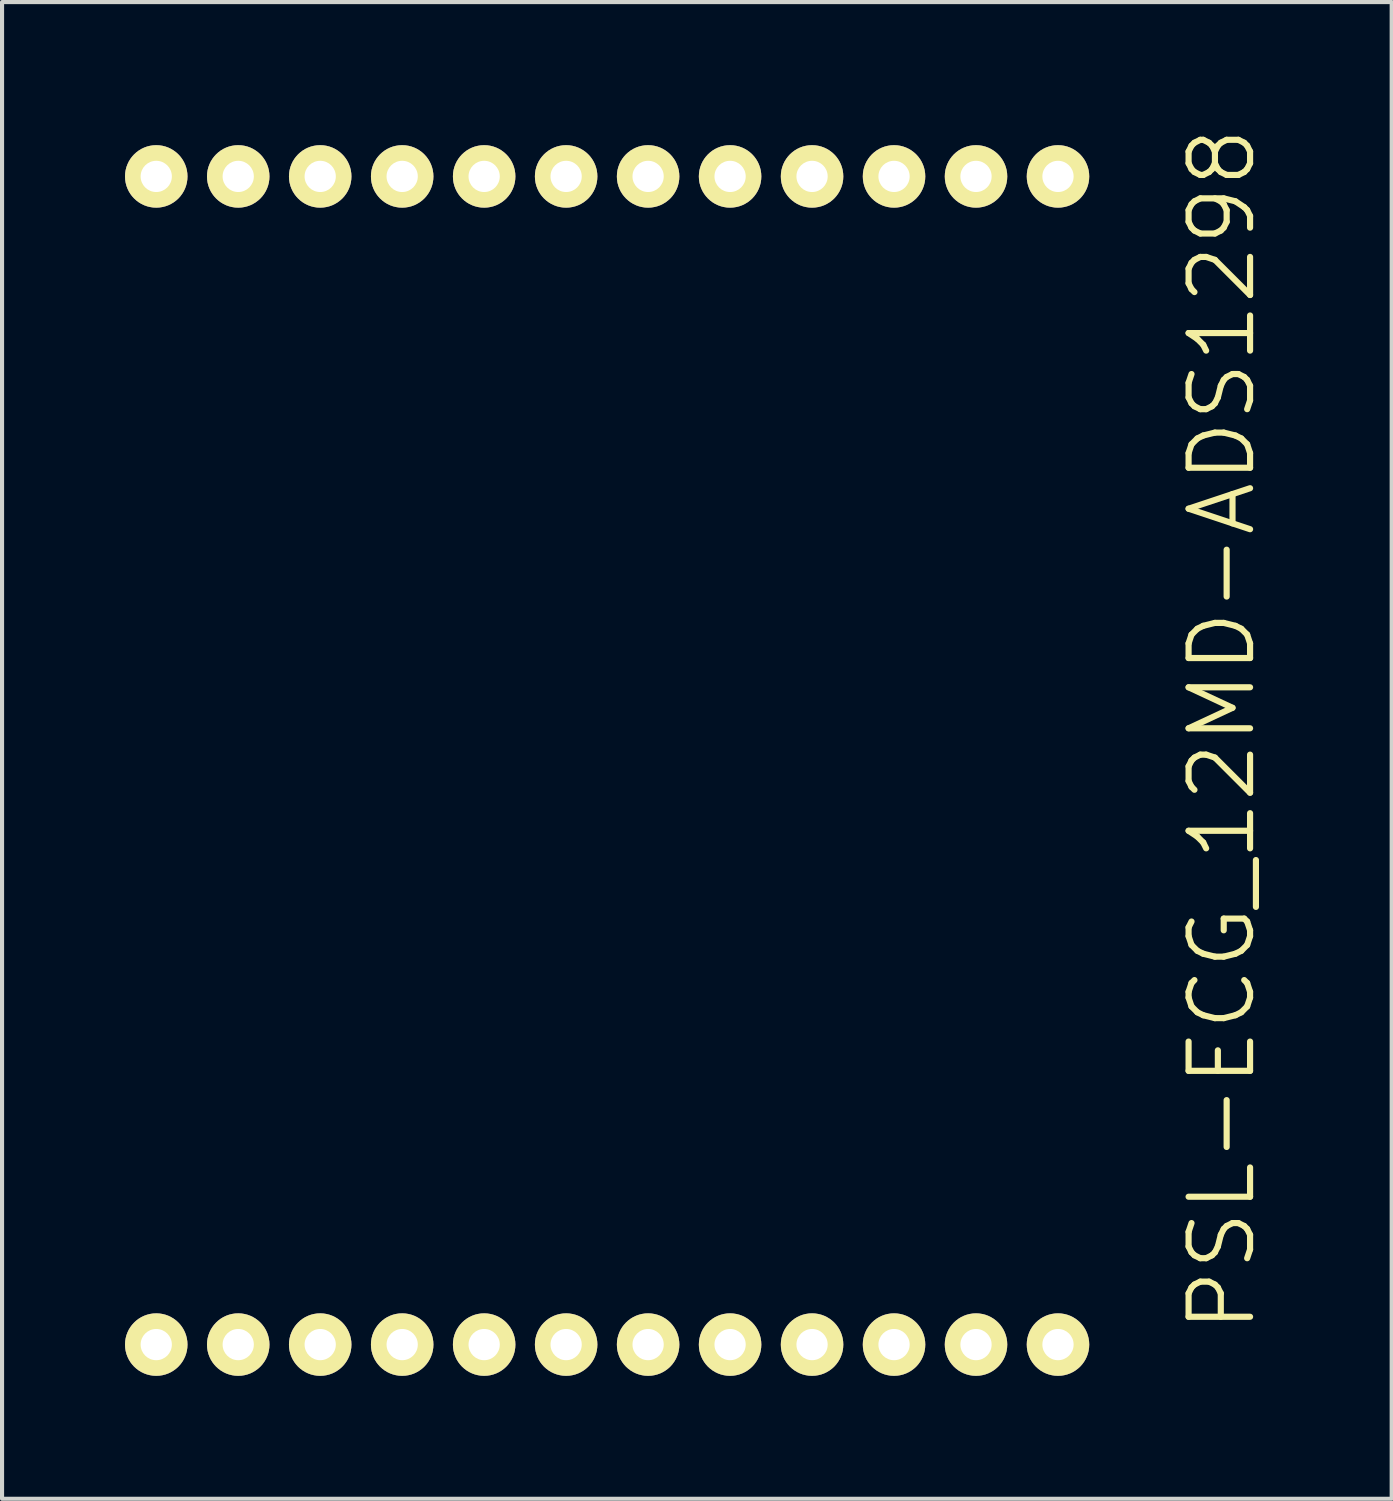
<source format=kicad_pcb>
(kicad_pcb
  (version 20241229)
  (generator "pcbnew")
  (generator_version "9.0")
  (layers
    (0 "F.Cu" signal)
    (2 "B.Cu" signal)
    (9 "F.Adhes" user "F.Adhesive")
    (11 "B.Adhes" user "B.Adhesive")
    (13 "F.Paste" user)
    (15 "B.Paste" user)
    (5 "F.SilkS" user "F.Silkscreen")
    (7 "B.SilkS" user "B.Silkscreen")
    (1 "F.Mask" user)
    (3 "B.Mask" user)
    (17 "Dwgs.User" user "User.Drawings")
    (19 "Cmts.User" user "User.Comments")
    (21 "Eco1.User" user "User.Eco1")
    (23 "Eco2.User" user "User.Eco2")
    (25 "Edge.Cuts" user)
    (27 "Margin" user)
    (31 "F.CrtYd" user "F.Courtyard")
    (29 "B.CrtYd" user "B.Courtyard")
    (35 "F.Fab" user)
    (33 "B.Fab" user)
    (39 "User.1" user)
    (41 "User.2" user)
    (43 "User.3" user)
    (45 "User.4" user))
  (footprint "PSL-ECG_12MD-ADS1298"
    (layer "F.Cu")
    (at 11.762 14.754)
    (property "Reference" "PSL-ECG_12MD-ADS1298" (at 15 0 90) (layer "F.SilkS") (effects (font (size 1.5 1.5) (thickness 0.15))))
    (attr through_hole)
    (pad "1" thru_hole circle (at -11 15) (size 1.524 1.524) (drill 0.762) (layers "*.Cu" "*.Mask" "F.SilkS"))
    (pad "2" thru_hole circle (at -9 15) (size 1.524 1.524) (drill 0.762) (layers "*.Cu" "*.Mask" "F.SilkS"))
    (pad "3" thru_hole circle (at -7 15) (size 1.524 1.524) (drill 0.762) (layers "*.Cu" "*.Mask" "F.SilkS"))
    (pad "4" thru_hole circle (at -5 15) (size 1.524 1.524) (drill 0.762) (layers "*.Cu" "*.Mask" "F.SilkS"))
    (pad "5" thru_hole circle (at -3 15) (size 1.524 1.524) (drill 0.762) (layers "*.Cu" "*.Mask" "F.SilkS"))
    (pad "6" thru_hole circle (at -1 15) (size 1.524 1.524) (drill 0.762) (layers "*.Cu" "*.Mask" "F.SilkS"))
    (pad "7" thru_hole circle (at 1 15) (size 1.524 1.524) (drill 0.762) (layers "*.Cu" "*.Mask" "F.SilkS"))
    (pad "8" thru_hole circle (at 3 15) (size 1.524 1.524) (drill 0.762) (layers "*.Cu" "*.Mask" "F.SilkS"))
    (pad "9" thru_hole circle (at 5 15) (size 1.524 1.524) (drill 0.762) (layers "*.Cu" "*.Mask" "F.SilkS"))
    (pad "10" thru_hole circle (at 7 15) (size 1.524 1.524) (drill 0.762) (layers "*.Cu" "*.Mask" "F.SilkS"))
    (pad "11" thru_hole circle (at 9 15) (size 1.524 1.524) (drill 0.762) (layers "*.Cu" "*.Mask" "F.SilkS"))
    (pad "12" thru_hole circle (at 11 15) (size 1.524 1.524) (drill 0.762) (layers "*.Cu" "*.Mask" "F.SilkS"))
    (pad "13" thru_hole circle (at 11 -13.5) (size 1.524 1.524) (drill 0.762) (layers "*.Cu" "*.Mask" "F.SilkS"))
    (pad "14" thru_hole circle (at 9 -13.5) (size 1.524 1.524) (drill 0.762) (layers "*.Cu" "*.Mask" "F.SilkS"))
    (pad "15" thru_hole circle (at 7 -13.5) (size 1.524 1.524) (drill 0.762) (layers "*.Cu" "*.Mask" "F.SilkS"))
    (pad "16" thru_hole circle (at 5 -13.5) (size 1.524 1.524) (drill 0.762) (layers "*.Cu" "*.Mask" "F.SilkS"))
    (pad "17" thru_hole circle (at 3 -13.5) (size 1.524 1.524) (drill 0.762) (layers "*.Cu" "*.Mask" "F.SilkS"))
    (pad "18" thru_hole circle (at 1 -13.5) (size 1.524 1.524) (drill 0.762) (layers "*.Cu" "*.Mask" "F.SilkS"))
    (pad "19" thru_hole circle (at -1 -13.5) (size 1.524 1.524) (drill 0.762) (layers "*.Cu" "*.Mask" "F.SilkS"))
    (pad "20" thru_hole circle (at -3 -13.5) (size 1.524 1.524) (drill 0.762) (layers "*.Cu" "*.Mask" "F.SilkS"))
    (pad "21" thru_hole circle (at -5 -13.5) (size 1.524 1.524) (drill 0.762) (layers "*.Cu" "*.Mask" "F.SilkS"))
    (pad "22" thru_hole circle (at -7 -13.5) (size 1.524 1.524) (drill 0.762) (layers "*.Cu" "*.Mask" "F.SilkS"))
    (pad "23" thru_hole circle (at -9 -13.5) (size 1.524 1.524) (drill 0.762) (layers "*.Cu" "*.Mask" "F.SilkS"))
    (pad "24" thru_hole circle (at -11 -13.5) (size 1.524 1.524) (drill 0.762) (layers "*.Cu" "*.Mask" "F.SilkS")))
  (gr_rect
    (start -3 -3)
    (end 30.903 33.516)
    (stroke (width 0.1) (type default))
    (fill no)
    (layer "Edge.Cuts")))
</source>
